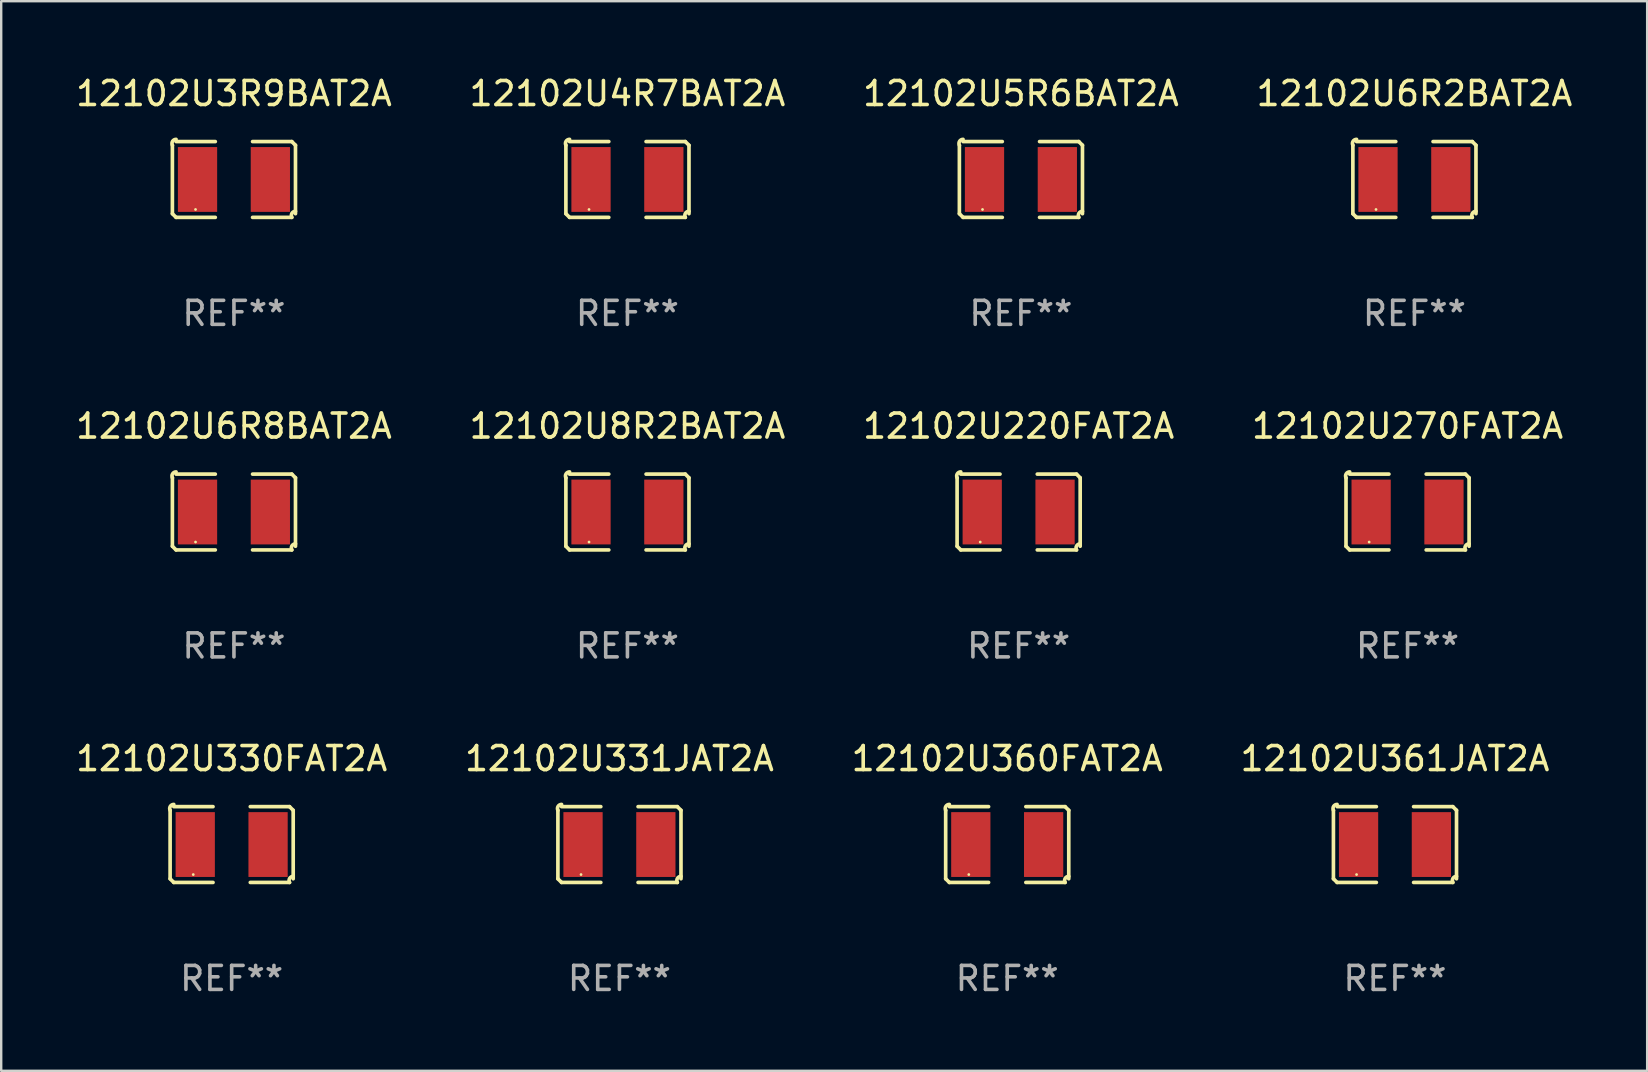
<source format=kicad_pcb>
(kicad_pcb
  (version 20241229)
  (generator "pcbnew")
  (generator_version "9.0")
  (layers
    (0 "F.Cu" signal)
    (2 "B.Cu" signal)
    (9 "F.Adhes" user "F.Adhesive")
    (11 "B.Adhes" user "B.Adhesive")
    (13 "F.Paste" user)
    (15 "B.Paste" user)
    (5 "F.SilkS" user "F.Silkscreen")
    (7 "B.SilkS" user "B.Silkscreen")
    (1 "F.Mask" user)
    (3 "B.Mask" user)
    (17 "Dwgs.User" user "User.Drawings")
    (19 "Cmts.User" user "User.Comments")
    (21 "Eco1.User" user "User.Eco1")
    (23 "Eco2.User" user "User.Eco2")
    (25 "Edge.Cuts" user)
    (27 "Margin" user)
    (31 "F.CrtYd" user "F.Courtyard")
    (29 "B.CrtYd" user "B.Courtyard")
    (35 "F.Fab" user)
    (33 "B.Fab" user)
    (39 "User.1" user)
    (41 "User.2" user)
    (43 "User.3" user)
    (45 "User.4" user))
  (footprint "12102U8R2BAT2A"
    (layer "F.Cu")
    (at 23.089 18.281)
    (property "Reference" "12102U8R2BAT2A" (at 0 -3.579 0) (layer "F.SilkS") (effects (font (size 1 1) (thickness 0.15))))
    (attr through_hole)
    (fp_line (start -2.564 1.426) (end -2.564 -1.426) (stroke (width 0.152) (type solid)) (layer "F.SilkS"))
    (fp_line (start -2.411 -1.579) (end -0.776 -1.579) (stroke (width 0.152) (type solid)) (layer "F.SilkS"))
    (fp_line (start -0.776 1.579) (end -2.411 1.579) (stroke (width 0.152) (type solid)) (layer "F.SilkS"))
    (fp_line (start 0.776 1.579) (end 2.411 1.579) (stroke (width 0.152) (type solid)) (layer "F.SilkS"))
    (fp_line (start 2.411 -1.579) (end 0.776 -1.579) (stroke (width 0.152) (type solid)) (layer "F.SilkS"))
    (fp_line (start 2.564 1.426) (end 2.564 -1.426) (stroke (width 0.152) (type solid)) (layer "F.SilkS"))
    (fp_arc (start -2.563602 -1.426213) (mid -2.555597 -1.591233) (end -2.411201 -1.671518) (stroke (width 0.1524) (type solid)) (layer "F.SilkS"))
    (fp_arc (start -2.5636 1.426214) (mid -2.487389 1.502402) (end -2.411201 1.578613) (stroke (width 0.1524) (type solid)) (layer "F.SilkS"))
    (fp_arc (start 2.411197 -1.578618) (mid 2.487403 -1.502419) (end 2.563602 -1.426213) (stroke (width 0.1524) (type solid)) (layer "F.SilkS"))
    (fp_arc (start 2.411201 1.578613) (mid 2.416214 1.409455) (end 2.563602 1.32629) (stroke (width 0.1524) (type solid)) (layer "F.SilkS"))
    (fp_circle (center -1.6 1.25) (end -1.57 1.25) (stroke (width 0.06) (type solid)) (fill no) (layer "F.SilkS"))
    (fp_text user "REF**" (at 0 5.579 0) (layer "F.Fab") (effects (font (size 1 1) (thickness 0.15))))
    (pad "1" smd rect (at -1.517 0) (size 1.635 2.7) (layers "F.Cu" "F.Mask" "F.Paste"))
    (pad "2" smd rect (at 1.517 0) (size 1.635 2.7) (layers "F.Cu" "F.Mask" "F.Paste")))
  (footprint "12102U6R8BAT2A"
    (layer "F.Cu")
    (at 6.696 18.281)
    (property "Reference" "12102U6R8BAT2A" (at 0 -3.579 0) (layer "F.SilkS") (effects (font (size 1 1) (thickness 0.15))))
    (attr through_hole)
    (fp_line (start -2.564 1.426) (end -2.564 -1.426) (stroke (width 0.152) (type solid)) (layer "F.SilkS"))
    (fp_line (start -2.411 -1.579) (end -0.776 -1.579) (stroke (width 0.152) (type solid)) (layer "F.SilkS"))
    (fp_line (start -0.776 1.579) (end -2.411 1.579) (stroke (width 0.152) (type solid)) (layer "F.SilkS"))
    (fp_line (start 0.776 1.579) (end 2.411 1.579) (stroke (width 0.152) (type solid)) (layer "F.SilkS"))
    (fp_line (start 2.411 -1.579) (end 0.776 -1.579) (stroke (width 0.152) (type solid)) (layer "F.SilkS"))
    (fp_line (start 2.564 1.426) (end 2.564 -1.426) (stroke (width 0.152) (type solid)) (layer "F.SilkS"))
    (fp_arc (start -2.563602 -1.426213) (mid -2.555597 -1.591233) (end -2.411201 -1.671518) (stroke (width 0.1524) (type solid)) (layer "F.SilkS"))
    (fp_arc (start -2.5636 1.426214) (mid -2.487389 1.502402) (end -2.411201 1.578613) (stroke (width 0.1524) (type solid)) (layer "F.SilkS"))
    (fp_arc (start 2.411197 -1.578618) (mid 2.487403 -1.502419) (end 2.563602 -1.426213) (stroke (width 0.1524) (type solid)) (layer "F.SilkS"))
    (fp_arc (start 2.411201 1.578613) (mid 2.416214 1.409455) (end 2.563602 1.32629) (stroke (width 0.1524) (type solid)) (layer "F.SilkS"))
    (fp_circle (center -1.6 1.25) (end -1.57 1.25) (stroke (width 0.06) (type solid)) (fill no) (layer "F.SilkS"))
    (fp_text user "REF**" (at 0 5.579 0) (layer "F.Fab") (effects (font (size 1 1) (thickness 0.15))))
    (pad "1" smd rect (at -1.517 0) (size 1.635 2.7) (layers "F.Cu" "F.Mask" "F.Paste"))
    (pad "2" smd rect (at 1.517 0) (size 1.635 2.7) (layers "F.Cu" "F.Mask" "F.Paste")))
  (footprint "12102U270FAT2A"
    (layer "F.Cu")
    (at 55.589 18.281)
    (property "Reference" "12102U270FAT2A" (at 0 -3.579 0) (layer "F.SilkS") (effects (font (size 1 1) (thickness 0.15))))
    (attr through_hole)
    (fp_line (start -2.564 1.426) (end -2.564 -1.426) (stroke (width 0.152) (type solid)) (layer "F.SilkS"))
    (fp_line (start -2.411 -1.579) (end -0.776 -1.579) (stroke (width 0.152) (type solid)) (layer "F.SilkS"))
    (fp_line (start -0.776 1.579) (end -2.411 1.579) (stroke (width 0.152) (type solid)) (layer "F.SilkS"))
    (fp_line (start 0.776 1.579) (end 2.411 1.579) (stroke (width 0.152) (type solid)) (layer "F.SilkS"))
    (fp_line (start 2.411 -1.579) (end 0.776 -1.579) (stroke (width 0.152) (type solid)) (layer "F.SilkS"))
    (fp_line (start 2.564 1.426) (end 2.564 -1.426) (stroke (width 0.152) (type solid)) (layer "F.SilkS"))
    (fp_arc (start -2.563602 -1.426213) (mid -2.555597 -1.591233) (end -2.411201 -1.671518) (stroke (width 0.1524) (type solid)) (layer "F.SilkS"))
    (fp_arc (start -2.5636 1.426214) (mid -2.487389 1.502402) (end -2.411201 1.578613) (stroke (width 0.1524) (type solid)) (layer "F.SilkS"))
    (fp_arc (start 2.411197 -1.578618) (mid 2.487403 -1.502419) (end 2.563602 -1.426213) (stroke (width 0.1524) (type solid)) (layer "F.SilkS"))
    (fp_arc (start 2.411201 1.578613) (mid 2.416214 1.409455) (end 2.563602 1.32629) (stroke (width 0.1524) (type solid)) (layer "F.SilkS"))
    (fp_circle (center -1.6 1.25) (end -1.57 1.25) (stroke (width 0.06) (type solid)) (fill no) (layer "F.SilkS"))
    (fp_text user "REF**" (at 0 5.579 0) (layer "F.Fab") (effects (font (size 1 1) (thickness 0.15))))
    (pad "1" smd rect (at -1.517 0) (size 1.635 2.7) (layers "F.Cu" "F.Mask" "F.Paste"))
    (pad "2" smd rect (at 1.517 0) (size 1.635 2.7) (layers "F.Cu" "F.Mask" "F.Paste")))
  (footprint "12102U6R2BAT2A"
    (layer "F.Cu")
    (at 55.875 4.427)
    (property "Reference" "12102U6R2BAT2A" (at 0 -3.579 0) (layer "F.SilkS") (effects (font (size 1 1) (thickness 0.15))))
    (attr through_hole)
    (fp_line (start -2.564 1.426) (end -2.564 -1.426) (stroke (width 0.152) (type solid)) (layer "F.SilkS"))
    (fp_line (start -2.411 -1.579) (end -0.776 -1.579) (stroke (width 0.152) (type solid)) (layer "F.SilkS"))
    (fp_line (start -0.776 1.579) (end -2.411 1.579) (stroke (width 0.152) (type solid)) (layer "F.SilkS"))
    (fp_line (start 0.776 1.579) (end 2.411 1.579) (stroke (width 0.152) (type solid)) (layer "F.SilkS"))
    (fp_line (start 2.411 -1.579) (end 0.776 -1.579) (stroke (width 0.152) (type solid)) (layer "F.SilkS"))
    (fp_line (start 2.564 1.426) (end 2.564 -1.426) (stroke (width 0.152) (type solid)) (layer "F.SilkS"))
    (fp_arc (start -2.563602 -1.426213) (mid -2.555597 -1.591233) (end -2.411201 -1.671518) (stroke (width 0.1524) (type solid)) (layer "F.SilkS"))
    (fp_arc (start -2.5636 1.426214) (mid -2.487389 1.502402) (end -2.411201 1.578613) (stroke (width 0.1524) (type solid)) (layer "F.SilkS"))
    (fp_arc (start 2.411197 -1.578618) (mid 2.487403 -1.502419) (end 2.563602 -1.426213) (stroke (width 0.1524) (type solid)) (layer "F.SilkS"))
    (fp_arc (start 2.411201 1.578613) (mid 2.416214 1.409455) (end 2.563602 1.32629) (stroke (width 0.1524) (type solid)) (layer "F.SilkS"))
    (fp_circle (center -1.6 1.25) (end -1.57 1.25) (stroke (width 0.06) (type solid)) (fill no) (layer "F.SilkS"))
    (fp_text user "REF**" (at 0 5.579 0) (layer "F.Fab") (effects (font (size 1 1) (thickness 0.15))))
    (pad "1" smd rect (at -1.517 0) (size 1.635 2.7) (layers "F.Cu" "F.Mask" "F.Paste"))
    (pad "2" smd rect (at 1.517 0) (size 1.635 2.7) (layers "F.Cu" "F.Mask" "F.Paste")))
  (footprint "12102U361JAT2A"
    (layer "F.Cu")
    (at 55.065 32.134)
    (property "Reference" "12102U361JAT2A" (at 0 -3.579 0) (layer "F.SilkS") (effects (font (size 1 1) (thickness 0.15))))
    (attr through_hole)
    (fp_line (start -2.564 1.426) (end -2.564 -1.426) (stroke (width 0.152) (type solid)) (layer "F.SilkS"))
    (fp_line (start -2.411 -1.579) (end -0.776 -1.579) (stroke (width 0.152) (type solid)) (layer "F.SilkS"))
    (fp_line (start -0.776 1.579) (end -2.411 1.579) (stroke (width 0.152) (type solid)) (layer "F.SilkS"))
    (fp_line (start 0.776 1.579) (end 2.411 1.579) (stroke (width 0.152) (type solid)) (layer "F.SilkS"))
    (fp_line (start 2.411 -1.579) (end 0.776 -1.579) (stroke (width 0.152) (type solid)) (layer "F.SilkS"))
    (fp_line (start 2.564 1.426) (end 2.564 -1.426) (stroke (width 0.152) (type solid)) (layer "F.SilkS"))
    (fp_arc (start -2.563602 -1.426213) (mid -2.555597 -1.591233) (end -2.411201 -1.671518) (stroke (width 0.1524) (type solid)) (layer "F.SilkS"))
    (fp_arc (start -2.5636 1.426214) (mid -2.487389 1.502402) (end -2.411201 1.578613) (stroke (width 0.1524) (type solid)) (layer "F.SilkS"))
    (fp_arc (start 2.411197 -1.578618) (mid 2.487403 -1.502419) (end 2.563602 -1.426213) (stroke (width 0.1524) (type solid)) (layer "F.SilkS"))
    (fp_arc (start 2.411201 1.578613) (mid 2.416214 1.409455) (end 2.563602 1.32629) (stroke (width 0.1524) (type solid)) (layer "F.SilkS"))
    (fp_circle (center -1.6 1.25) (end -1.57 1.25) (stroke (width 0.06) (type solid)) (fill no) (layer "F.SilkS"))
    (fp_text user "REF**" (at 0 5.579 0) (layer "F.Fab") (effects (font (size 1 1) (thickness 0.15))))
    (pad "1" smd rect (at -1.517 0) (size 1.635 2.7) (layers "F.Cu" "F.Mask" "F.Paste"))
    (pad "2" smd rect (at 1.517 0) (size 1.635 2.7) (layers "F.Cu" "F.Mask" "F.Paste")))
  (footprint "12102U220FAT2A"
    (layer "F.Cu")
    (at 39.387 18.281)
    (property "Reference" "12102U220FAT2A" (at 0 -3.579 0) (layer "F.SilkS") (effects (font (size 1 1) (thickness 0.15))))
    (attr through_hole)
    (fp_line (start -2.564 1.426) (end -2.564 -1.426) (stroke (width 0.152) (type solid)) (layer "F.SilkS"))
    (fp_line (start -2.411 -1.579) (end -0.776 -1.579) (stroke (width 0.152) (type solid)) (layer "F.SilkS"))
    (fp_line (start -0.776 1.579) (end -2.411 1.579) (stroke (width 0.152) (type solid)) (layer "F.SilkS"))
    (fp_line (start 0.776 1.579) (end 2.411 1.579) (stroke (width 0.152) (type solid)) (layer "F.SilkS"))
    (fp_line (start 2.411 -1.579) (end 0.776 -1.579) (stroke (width 0.152) (type solid)) (layer "F.SilkS"))
    (fp_line (start 2.564 1.426) (end 2.564 -1.426) (stroke (width 0.152) (type solid)) (layer "F.SilkS"))
    (fp_arc (start -2.563602 -1.426213) (mid -2.555597 -1.591233) (end -2.411201 -1.671518) (stroke (width 0.1524) (type solid)) (layer "F.SilkS"))
    (fp_arc (start -2.5636 1.426214) (mid -2.487389 1.502402) (end -2.411201 1.578613) (stroke (width 0.1524) (type solid)) (layer "F.SilkS"))
    (fp_arc (start 2.411197 -1.578618) (mid 2.487403 -1.502419) (end 2.563602 -1.426213) (stroke (width 0.1524) (type solid)) (layer "F.SilkS"))
    (fp_arc (start 2.411201 1.578613) (mid 2.416214 1.409455) (end 2.563602 1.32629) (stroke (width 0.1524) (type solid)) (layer "F.SilkS"))
    (fp_circle (center -1.6 1.25) (end -1.57 1.25) (stroke (width 0.06) (type solid)) (fill no) (layer "F.SilkS"))
    (fp_text user "REF**" (at 0 5.579 0) (layer "F.Fab") (effects (font (size 1 1) (thickness 0.15))))
    (pad "1" smd rect (at -1.517 0) (size 1.635 2.7) (layers "F.Cu" "F.Mask" "F.Paste"))
    (pad "2" smd rect (at 1.517 0) (size 1.635 2.7) (layers "F.Cu" "F.Mask" "F.Paste")))
  (footprint "12102U330FAT2A"
    (layer "F.Cu")
    (at 6.601 32.134)
    (property "Reference" "12102U330FAT2A" (at 0 -3.579 0) (layer "F.SilkS") (effects (font (size 1 1) (thickness 0.15))))
    (attr through_hole)
    (fp_line (start -2.564 1.426) (end -2.564 -1.426) (stroke (width 0.152) (type solid)) (layer "F.SilkS"))
    (fp_line (start -2.411 -1.579) (end -0.776 -1.579) (stroke (width 0.152) (type solid)) (layer "F.SilkS"))
    (fp_line (start -0.776 1.579) (end -2.411 1.579) (stroke (width 0.152) (type solid)) (layer "F.SilkS"))
    (fp_line (start 0.776 1.579) (end 2.411 1.579) (stroke (width 0.152) (type solid)) (layer "F.SilkS"))
    (fp_line (start 2.411 -1.579) (end 0.776 -1.579) (stroke (width 0.152) (type solid)) (layer "F.SilkS"))
    (fp_line (start 2.564 1.426) (end 2.564 -1.426) (stroke (width 0.152) (type solid)) (layer "F.SilkS"))
    (fp_arc (start -2.563602 -1.426213) (mid -2.555597 -1.591233) (end -2.411201 -1.671518) (stroke (width 0.1524) (type solid)) (layer "F.SilkS"))
    (fp_arc (start -2.5636 1.426214) (mid -2.487389 1.502402) (end -2.411201 1.578613) (stroke (width 0.1524) (type solid)) (layer "F.SilkS"))
    (fp_arc (start 2.411197 -1.578618) (mid 2.487403 -1.502419) (end 2.563602 -1.426213) (stroke (width 0.1524) (type solid)) (layer "F.SilkS"))
    (fp_arc (start 2.411201 1.578613) (mid 2.416214 1.409455) (end 2.563602 1.32629) (stroke (width 0.1524) (type solid)) (layer "F.SilkS"))
    (fp_circle (center -1.6 1.25) (end -1.57 1.25) (stroke (width 0.06) (type solid)) (fill no) (layer "F.SilkS"))
    (fp_text user "REF**" (at 0 5.579 0) (layer "F.Fab") (effects (font (size 1 1) (thickness 0.15))))
    (pad "1" smd rect (at -1.517 0) (size 1.635 2.7) (layers "F.Cu" "F.Mask" "F.Paste"))
    (pad "2" smd rect (at 1.517 0) (size 1.635 2.7) (layers "F.Cu" "F.Mask" "F.Paste")))
  (footprint "12102U3R9BAT2A"
    (layer "F.Cu")
    (at 6.696 4.427)
    (property "Reference" "12102U3R9BAT2A" (at 0 -3.579 0) (layer "F.SilkS") (effects (font (size 1 1) (thickness 0.15))))
    (attr through_hole)
    (fp_line (start -2.564 1.426) (end -2.564 -1.426) (stroke (width 0.152) (type solid)) (layer "F.SilkS"))
    (fp_line (start -2.411 -1.579) (end -0.776 -1.579) (stroke (width 0.152) (type solid)) (layer "F.SilkS"))
    (fp_line (start -0.776 1.579) (end -2.411 1.579) (stroke (width 0.152) (type solid)) (layer "F.SilkS"))
    (fp_line (start 0.776 1.579) (end 2.411 1.579) (stroke (width 0.152) (type solid)) (layer "F.SilkS"))
    (fp_line (start 2.411 -1.579) (end 0.776 -1.579) (stroke (width 0.152) (type solid)) (layer "F.SilkS"))
    (fp_line (start 2.564 1.426) (end 2.564 -1.426) (stroke (width 0.152) (type solid)) (layer "F.SilkS"))
    (fp_arc (start -2.563602 -1.426213) (mid -2.555597 -1.591233) (end -2.411201 -1.671518) (stroke (width 0.1524) (type solid)) (layer "F.SilkS"))
    (fp_arc (start -2.5636 1.426214) (mid -2.487389 1.502402) (end -2.411201 1.578613) (stroke (width 0.1524) (type solid)) (layer "F.SilkS"))
    (fp_arc (start 2.411197 -1.578618) (mid 2.487403 -1.502419) (end 2.563602 -1.426213) (stroke (width 0.1524) (type solid)) (layer "F.SilkS"))
    (fp_arc (start 2.411201 1.578613) (mid 2.416214 1.409455) (end 2.563602 1.32629) (stroke (width 0.1524) (type solid)) (layer "F.SilkS"))
    (fp_circle (center -1.6 1.25) (end -1.57 1.25) (stroke (width 0.06) (type solid)) (fill no) (layer "F.SilkS"))
    (fp_text user "REF**" (at 0 5.579 0) (layer "F.Fab") (effects (font (size 1 1) (thickness 0.15))))
    (pad "1" smd rect (at -1.517 0) (size 1.635 2.7) (layers "F.Cu" "F.Mask" "F.Paste"))
    (pad "2" smd rect (at 1.517 0) (size 1.635 2.7) (layers "F.Cu" "F.Mask" "F.Paste")))
  (footprint "12102U331JAT2A"
    (layer "F.Cu")
    (at 22.756 32.134)
    (property "Reference" "12102U331JAT2A" (at 0 -3.579 0) (layer "F.SilkS") (effects (font (size 1 1) (thickness 0.15))))
    (attr through_hole)
    (fp_line (start -2.564 1.426) (end -2.564 -1.426) (stroke (width 0.152) (type solid)) (layer "F.SilkS"))
    (fp_line (start -2.411 -1.579) (end -0.776 -1.579) (stroke (width 0.152) (type solid)) (layer "F.SilkS"))
    (fp_line (start -0.776 1.579) (end -2.411 1.579) (stroke (width 0.152) (type solid)) (layer "F.SilkS"))
    (fp_line (start 0.776 1.579) (end 2.411 1.579) (stroke (width 0.152) (type solid)) (layer "F.SilkS"))
    (fp_line (start 2.411 -1.579) (end 0.776 -1.579) (stroke (width 0.152) (type solid)) (layer "F.SilkS"))
    (fp_line (start 2.564 1.426) (end 2.564 -1.426) (stroke (width 0.152) (type solid)) (layer "F.SilkS"))
    (fp_arc (start -2.563602 -1.426213) (mid -2.555597 -1.591233) (end -2.411201 -1.671518) (stroke (width 0.1524) (type solid)) (layer "F.SilkS"))
    (fp_arc (start -2.5636 1.426214) (mid -2.487389 1.502402) (end -2.411201 1.578613) (stroke (width 0.1524) (type solid)) (layer "F.SilkS"))
    (fp_arc (start 2.411197 -1.578618) (mid 2.487403 -1.502419) (end 2.563602 -1.426213) (stroke (width 0.1524) (type solid)) (layer "F.SilkS"))
    (fp_arc (start 2.411201 1.578613) (mid 2.416214 1.409455) (end 2.563602 1.32629) (stroke (width 0.1524) (type solid)) (layer "F.SilkS"))
    (fp_circle (center -1.6 1.25) (end -1.57 1.25) (stroke (width 0.06) (type solid)) (fill no) (layer "F.SilkS"))
    (fp_text user "REF**" (at 0 5.579 0) (layer "F.Fab") (effects (font (size 1 1) (thickness 0.15))))
    (pad "1" smd rect (at -1.517 0) (size 1.635 2.7) (layers "F.Cu" "F.Mask" "F.Paste"))
    (pad "2" smd rect (at 1.517 0) (size 1.635 2.7) (layers "F.Cu" "F.Mask" "F.Paste")))
  (footprint "12102U4R7BAT2A"
    (layer "F.Cu")
    (at 23.089 4.427)
    (property "Reference" "12102U4R7BAT2A" (at 0 -3.579 0) (layer "F.SilkS") (effects (font (size 1 1) (thickness 0.15))))
    (attr through_hole)
    (fp_line (start -2.564 1.426) (end -2.564 -1.426) (stroke (width 0.152) (type solid)) (layer "F.SilkS"))
    (fp_line (start -2.411 -1.579) (end -0.776 -1.579) (stroke (width 0.152) (type solid)) (layer "F.SilkS"))
    (fp_line (start -0.776 1.579) (end -2.411 1.579) (stroke (width 0.152) (type solid)) (layer "F.SilkS"))
    (fp_line (start 0.776 1.579) (end 2.411 1.579) (stroke (width 0.152) (type solid)) (layer "F.SilkS"))
    (fp_line (start 2.411 -1.579) (end 0.776 -1.579) (stroke (width 0.152) (type solid)) (layer "F.SilkS"))
    (fp_line (start 2.564 1.426) (end 2.564 -1.426) (stroke (width 0.152) (type solid)) (layer "F.SilkS"))
    (fp_arc (start -2.563602 -1.426213) (mid -2.555597 -1.591233) (end -2.411201 -1.671518) (stroke (width 0.1524) (type solid)) (layer "F.SilkS"))
    (fp_arc (start -2.5636 1.426214) (mid -2.487389 1.502402) (end -2.411201 1.578613) (stroke (width 0.1524) (type solid)) (layer "F.SilkS"))
    (fp_arc (start 2.411197 -1.578618) (mid 2.487403 -1.502419) (end 2.563602 -1.426213) (stroke (width 0.1524) (type solid)) (layer "F.SilkS"))
    (fp_arc (start 2.411201 1.578613) (mid 2.416214 1.409455) (end 2.563602 1.32629) (stroke (width 0.1524) (type solid)) (layer "F.SilkS"))
    (fp_circle (center -1.6 1.25) (end -1.57 1.25) (stroke (width 0.06) (type solid)) (fill no) (layer "F.SilkS"))
    (fp_text user "REF**" (at 0 5.579 0) (layer "F.Fab") (effects (font (size 1 1) (thickness 0.15))))
    (pad "1" smd rect (at -1.517 0) (size 1.635 2.7) (layers "F.Cu" "F.Mask" "F.Paste"))
    (pad "2" smd rect (at 1.517 0) (size 1.635 2.7) (layers "F.Cu" "F.Mask" "F.Paste")))
  (footprint "12102U360FAT2A"
    (layer "F.Cu")
    (at 38.911 32.134)
    (property "Reference" "12102U360FAT2A" (at 0 -3.579 0) (layer "F.SilkS") (effects (font (size 1 1) (thickness 0.15))))
    (attr through_hole)
    (fp_line (start -2.564 1.426) (end -2.564 -1.426) (stroke (width 0.152) (type solid)) (layer "F.SilkS"))
    (fp_line (start -2.411 -1.579) (end -0.776 -1.579) (stroke (width 0.152) (type solid)) (layer "F.SilkS"))
    (fp_line (start -0.776 1.579) (end -2.411 1.579) (stroke (width 0.152) (type solid)) (layer "F.SilkS"))
    (fp_line (start 0.776 1.579) (end 2.411 1.579) (stroke (width 0.152) (type solid)) (layer "F.SilkS"))
    (fp_line (start 2.411 -1.579) (end 0.776 -1.579) (stroke (width 0.152) (type solid)) (layer "F.SilkS"))
    (fp_line (start 2.564 1.426) (end 2.564 -1.426) (stroke (width 0.152) (type solid)) (layer "F.SilkS"))
    (fp_arc (start -2.563602 -1.426213) (mid -2.555597 -1.591233) (end -2.411201 -1.671518) (stroke (width 0.1524) (type solid)) (layer "F.SilkS"))
    (fp_arc (start -2.5636 1.426214) (mid -2.487389 1.502402) (end -2.411201 1.578613) (stroke (width 0.1524) (type solid)) (layer "F.SilkS"))
    (fp_arc (start 2.411197 -1.578618) (mid 2.487403 -1.502419) (end 2.563602 -1.426213) (stroke (width 0.1524) (type solid)) (layer "F.SilkS"))
    (fp_arc (start 2.411201 1.578613) (mid 2.416214 1.409455) (end 2.563602 1.32629) (stroke (width 0.1524) (type solid)) (layer "F.SilkS"))
    (fp_circle (center -1.6 1.25) (end -1.57 1.25) (stroke (width 0.06) (type solid)) (fill no) (layer "F.SilkS"))
    (fp_text user "REF**" (at 0 5.579 0) (layer "F.Fab") (effects (font (size 1 1) (thickness 0.15))))
    (pad "1" smd rect (at -1.517 0) (size 1.635 2.7) (layers "F.Cu" "F.Mask" "F.Paste"))
    (pad "2" smd rect (at 1.517 0) (size 1.635 2.7) (layers "F.Cu" "F.Mask" "F.Paste")))
  (footprint "12102U5R6BAT2A"
    (layer "F.Cu")
    (at 39.482 4.427)
    (property "Reference" "12102U5R6BAT2A" (at 0 -3.579 0) (layer "F.SilkS") (effects (font (size 1 1) (thickness 0.15))))
    (attr through_hole)
    (fp_line (start -2.564 1.426) (end -2.564 -1.426) (stroke (width 0.152) (type solid)) (layer "F.SilkS"))
    (fp_line (start -2.411 -1.579) (end -0.776 -1.579) (stroke (width 0.152) (type solid)) (layer "F.SilkS"))
    (fp_line (start -0.776 1.579) (end -2.411 1.579) (stroke (width 0.152) (type solid)) (layer "F.SilkS"))
    (fp_line (start 0.776 1.579) (end 2.411 1.579) (stroke (width 0.152) (type solid)) (layer "F.SilkS"))
    (fp_line (start 2.411 -1.579) (end 0.776 -1.579) (stroke (width 0.152) (type solid)) (layer "F.SilkS"))
    (fp_line (start 2.564 1.426) (end 2.564 -1.426) (stroke (width 0.152) (type solid)) (layer "F.SilkS"))
    (fp_arc (start -2.563602 -1.426213) (mid -2.555597 -1.591233) (end -2.411201 -1.671518) (stroke (width 0.1524) (type solid)) (layer "F.SilkS"))
    (fp_arc (start -2.5636 1.426214) (mid -2.487389 1.502402) (end -2.411201 1.578613) (stroke (width 0.1524) (type solid)) (layer "F.SilkS"))
    (fp_arc (start 2.411197 -1.578618) (mid 2.487403 -1.502419) (end 2.563602 -1.426213) (stroke (width 0.1524) (type solid)) (layer "F.SilkS"))
    (fp_arc (start 2.411201 1.578613) (mid 2.416214 1.409455) (end 2.563602 1.32629) (stroke (width 0.1524) (type solid)) (layer "F.SilkS"))
    (fp_circle (center -1.6 1.25) (end -1.57 1.25) (stroke (width 0.06) (type solid)) (fill no) (layer "F.SilkS"))
    (fp_text user "REF**" (at 0 5.579 0) (layer "F.Fab") (effects (font (size 1 1) (thickness 0.15))))
    (pad "1" smd rect (at -1.517 0) (size 1.635 2.7) (layers "F.Cu" "F.Mask" "F.Paste"))
    (pad "2" smd rect (at 1.517 0) (size 1.635 2.7) (layers "F.Cu" "F.Mask" "F.Paste")))
  (gr_rect
    (start -3 -3)
    (end 65.571 41.561)
    (stroke (width 0.1) (type default))
    (fill no)
    (layer "Edge.Cuts")))
</source>
